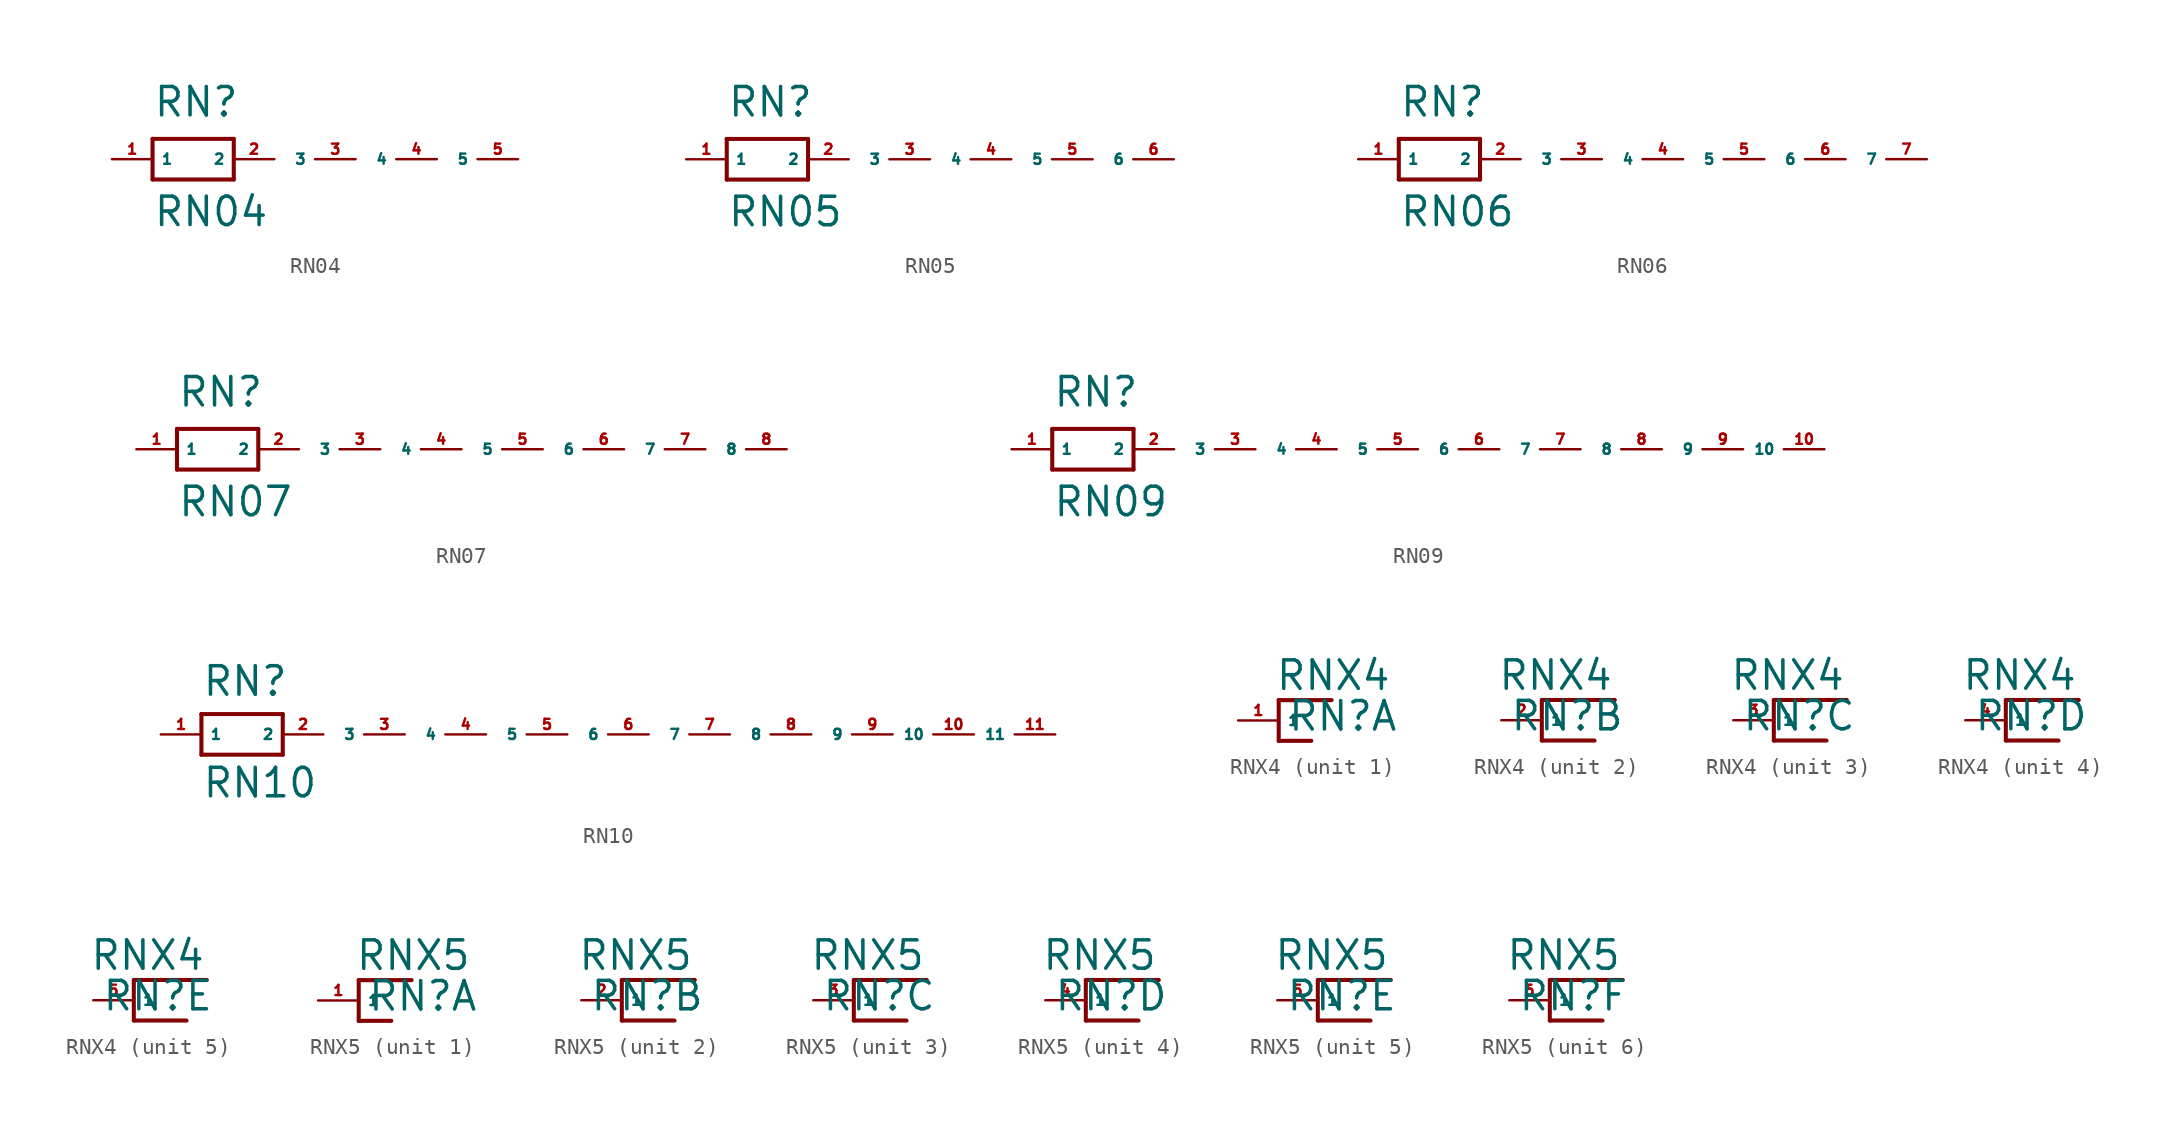
<source format=kicad_sym>
(kicad_symbol_lib
  (version 20220914)
  (generator Eagle2Kicad)
  (symbol "RN04"
    (property "Reference" "RN"
      (at -2.54 2.54 0)
      (effects (font (size 1.778 1.778) (thickness 0.22)) (justify left bottom)))
    (property "Value" "RN04"
      (at -2.54 -4.318 0)
      (effects (font (size 1.778 1.778) (thickness 0.22)) (justify left bottom)))
    (polyline
      (pts (xy -2.54 1.27) (xy -2.54 -1.27))
      (stroke (width 0.254) (type default))
      (fill (type none)))
    (polyline
      (pts (xy -2.54 -1.27) (xy 2.54 -1.27))
      (stroke (width 0.254) (type default))
      (fill (type none)))
    (polyline
      (pts (xy 2.54 -1.27) (xy 2.54 1.27))
      (stroke (width 0.254) (type default))
      (fill (type none)))
    (polyline
      (pts (xy 2.54 1.27) (xy -2.54 1.27))
      (stroke (width 0.254) (type default))
      (fill (type none)))
    (pin passive line
      (at -5.08 0 0)
      (length 2.54)
      (name "1" (effects (font (size 0.635 0.635) (thickness 0.08)) (justify left bottom)))
      (number "1" (effects (font (size 0.635 0.635) (thickness 0.08)) (justify left bottom))))
    (pin passive line
      (at 5.08 0 180)
      (length 2.54)
      (name "2" (effects (font (size 0.635 0.635) (thickness 0.08)) (justify left bottom)))
      (number "2" (effects (font (size 0.635 0.635) (thickness 0.08)) (justify left bottom))))
    (pin passive line
      (at 10.16 0 180)
      (length 2.54)
      (name "3" (effects (font (size 0.635 0.635) (thickness 0.08)) (justify left bottom)))
      (number "3" (effects (font (size 0.635 0.635) (thickness 0.08)) (justify left bottom))))
    (pin passive line
      (at 15.24 0 180)
      (length 2.54)
      (name "4" (effects (font (size 0.635 0.635) (thickness 0.08)) (justify left bottom)))
      (number "4" (effects (font (size 0.635 0.635) (thickness 0.08)) (justify left bottom))))
    (pin passive line
      (at 20.32 0 180)
      (length 2.54)
      (name "5" (effects (font (size 0.635 0.635) (thickness 0.08)) (justify left bottom)))
      (number "5" (effects (font (size 0.635 0.635) (thickness 0.08)) (justify left bottom)))))
  (symbol "RN05"
    (property "Reference" "RN"
      (at -2.54 2.54 0)
      (effects (font (size 1.778 1.778) (thickness 0.22)) (justify left bottom)))
    (property "Value" "RN05"
      (at -2.54 -4.318 0)
      (effects (font (size 1.778 1.778) (thickness 0.22)) (justify left bottom)))
    (polyline
      (pts (xy -2.54 1.27) (xy -2.54 -1.27))
      (stroke (width 0.254) (type default))
      (fill (type none)))
    (polyline
      (pts (xy -2.54 -1.27) (xy 2.54 -1.27))
      (stroke (width 0.254) (type default))
      (fill (type none)))
    (polyline
      (pts (xy 2.54 -1.27) (xy 2.54 1.27))
      (stroke (width 0.254) (type default))
      (fill (type none)))
    (polyline
      (pts (xy 2.54 1.27) (xy -2.54 1.27))
      (stroke (width 0.254) (type default))
      (fill (type none)))
    (pin passive line
      (at -5.08 0 0)
      (length 2.54)
      (name "1" (effects (font (size 0.635 0.635) (thickness 0.08)) (justify left bottom)))
      (number "1" (effects (font (size 0.635 0.635) (thickness 0.08)) (justify left bottom))))
    (pin passive line
      (at 5.08 0 180)
      (length 2.54)
      (name "2" (effects (font (size 0.635 0.635) (thickness 0.08)) (justify left bottom)))
      (number "2" (effects (font (size 0.635 0.635) (thickness 0.08)) (justify left bottom))))
    (pin passive line
      (at 10.16 0 180)
      (length 2.54)
      (name "3" (effects (font (size 0.635 0.635) (thickness 0.08)) (justify left bottom)))
      (number "3" (effects (font (size 0.635 0.635) (thickness 0.08)) (justify left bottom))))
    (pin passive line
      (at 15.24 0 180)
      (length 2.54)
      (name "4" (effects (font (size 0.635 0.635) (thickness 0.08)) (justify left bottom)))
      (number "4" (effects (font (size 0.635 0.635) (thickness 0.08)) (justify left bottom))))
    (pin passive line
      (at 20.32 0 180)
      (length 2.54)
      (name "5" (effects (font (size 0.635 0.635) (thickness 0.08)) (justify left bottom)))
      (number "5" (effects (font (size 0.635 0.635) (thickness 0.08)) (justify left bottom))))
    (pin passive line
      (at 25.4 0 180)
      (length 2.54)
      (name "6" (effects (font (size 0.635 0.635) (thickness 0.08)) (justify left bottom)))
      (number "6" (effects (font (size 0.635 0.635) (thickness 0.08)) (justify left bottom)))))
  (symbol "RN06"
    (property "Reference" "RN"
      (at -2.54 2.54 0)
      (effects (font (size 1.778 1.778) (thickness 0.22)) (justify left bottom)))
    (property "Value" "RN06"
      (at -2.54 -4.318 0)
      (effects (font (size 1.778 1.778) (thickness 0.22)) (justify left bottom)))
    (polyline
      (pts (xy -2.54 1.27) (xy -2.54 -1.27))
      (stroke (width 0.254) (type default))
      (fill (type none)))
    (polyline
      (pts (xy -2.54 -1.27) (xy 2.54 -1.27))
      (stroke (width 0.254) (type default))
      (fill (type none)))
    (polyline
      (pts (xy 2.54 -1.27) (xy 2.54 1.27))
      (stroke (width 0.254) (type default))
      (fill (type none)))
    (polyline
      (pts (xy 2.54 1.27) (xy -2.54 1.27))
      (stroke (width 0.254) (type default))
      (fill (type none)))
    (pin passive line
      (at -5.08 0 0)
      (length 2.54)
      (name "1" (effects (font (size 0.635 0.635) (thickness 0.08)) (justify left bottom)))
      (number "1" (effects (font (size 0.635 0.635) (thickness 0.08)) (justify left bottom))))
    (pin passive line
      (at 5.08 0 180)
      (length 2.54)
      (name "2" (effects (font (size 0.635 0.635) (thickness 0.08)) (justify left bottom)))
      (number "2" (effects (font (size 0.635 0.635) (thickness 0.08)) (justify left bottom))))
    (pin passive line
      (at 10.16 0 180)
      (length 2.54)
      (name "3" (effects (font (size 0.635 0.635) (thickness 0.08)) (justify left bottom)))
      (number "3" (effects (font (size 0.635 0.635) (thickness 0.08)) (justify left bottom))))
    (pin passive line
      (at 15.24 0 180)
      (length 2.54)
      (name "4" (effects (font (size 0.635 0.635) (thickness 0.08)) (justify left bottom)))
      (number "4" (effects (font (size 0.635 0.635) (thickness 0.08)) (justify left bottom))))
    (pin passive line
      (at 20.32 0 180)
      (length 2.54)
      (name "5" (effects (font (size 0.635 0.635) (thickness 0.08)) (justify left bottom)))
      (number "5" (effects (font (size 0.635 0.635) (thickness 0.08)) (justify left bottom))))
    (pin passive line
      (at 25.4 0 180)
      (length 2.54)
      (name "6" (effects (font (size 0.635 0.635) (thickness 0.08)) (justify left bottom)))
      (number "6" (effects (font (size 0.635 0.635) (thickness 0.08)) (justify left bottom))))
    (pin passive line
      (at 30.48 0 180)
      (length 2.54)
      (name "7" (effects (font (size 0.635 0.635) (thickness 0.08)) (justify left bottom)))
      (number "7" (effects (font (size 0.635 0.635) (thickness 0.08)) (justify left bottom)))))
  (symbol "RN07"
    (property "Reference" "RN"
      (at -2.54 2.54 0)
      (effects (font (size 1.778 1.778) (thickness 0.22)) (justify left bottom)))
    (property "Value" "RN07"
      (at -2.54 -4.318 0)
      (effects (font (size 1.778 1.778) (thickness 0.22)) (justify left bottom)))
    (polyline
      (pts (xy -2.54 1.27) (xy -2.54 -1.27))
      (stroke (width 0.254) (type default))
      (fill (type none)))
    (polyline
      (pts (xy -2.54 -1.27) (xy 2.54 -1.27))
      (stroke (width 0.254) (type default))
      (fill (type none)))
    (polyline
      (pts (xy 2.54 -1.27) (xy 2.54 1.27))
      (stroke (width 0.254) (type default))
      (fill (type none)))
    (polyline
      (pts (xy 2.54 1.27) (xy -2.54 1.27))
      (stroke (width 0.254) (type default))
      (fill (type none)))
    (pin passive line
      (at -5.08 0 0)
      (length 2.54)
      (name "1" (effects (font (size 0.635 0.635) (thickness 0.08)) (justify left bottom)))
      (number "1" (effects (font (size 0.635 0.635) (thickness 0.08)) (justify left bottom))))
    (pin passive line
      (at 5.08 0 180)
      (length 2.54)
      (name "2" (effects (font (size 0.635 0.635) (thickness 0.08)) (justify left bottom)))
      (number "2" (effects (font (size 0.635 0.635) (thickness 0.08)) (justify left bottom))))
    (pin passive line
      (at 10.16 0 180)
      (length 2.54)
      (name "3" (effects (font (size 0.635 0.635) (thickness 0.08)) (justify left bottom)))
      (number "3" (effects (font (size 0.635 0.635) (thickness 0.08)) (justify left bottom))))
    (pin passive line
      (at 15.24 0 180)
      (length 2.54)
      (name "4" (effects (font (size 0.635 0.635) (thickness 0.08)) (justify left bottom)))
      (number "4" (effects (font (size 0.635 0.635) (thickness 0.08)) (justify left bottom))))
    (pin passive line
      (at 20.32 0 180)
      (length 2.54)
      (name "5" (effects (font (size 0.635 0.635) (thickness 0.08)) (justify left bottom)))
      (number "5" (effects (font (size 0.635 0.635) (thickness 0.08)) (justify left bottom))))
    (pin passive line
      (at 25.4 0 180)
      (length 2.54)
      (name "6" (effects (font (size 0.635 0.635) (thickness 0.08)) (justify left bottom)))
      (number "6" (effects (font (size 0.635 0.635) (thickness 0.08)) (justify left bottom))))
    (pin passive line
      (at 30.48 0 180)
      (length 2.54)
      (name "7" (effects (font (size 0.635 0.635) (thickness 0.08)) (justify left bottom)))
      (number "7" (effects (font (size 0.635 0.635) (thickness 0.08)) (justify left bottom))))
    (pin passive line
      (at 35.56 0 180)
      (length 2.54)
      (name "8" (effects (font (size 0.635 0.635) (thickness 0.08)) (justify left bottom)))
      (number "8" (effects (font (size 0.635 0.635) (thickness 0.08)) (justify left bottom)))))
  (symbol "RN09"
    (property "Reference" "RN"
      (at -2.54 2.54 0)
      (effects (font (size 1.778 1.778) (thickness 0.22)) (justify left bottom)))
    (property "Value" "RN09"
      (at -2.54 -4.318 0)
      (effects (font (size 1.778 1.778) (thickness 0.22)) (justify left bottom)))
    (polyline
      (pts (xy -2.54 1.27) (xy -2.54 -1.27))
      (stroke (width 0.254) (type default))
      (fill (type none)))
    (polyline
      (pts (xy -2.54 -1.27) (xy 2.54 -1.27))
      (stroke (width 0.254) (type default))
      (fill (type none)))
    (polyline
      (pts (xy 2.54 -1.27) (xy 2.54 1.27))
      (stroke (width 0.254) (type default))
      (fill (type none)))
    (polyline
      (pts (xy 2.54 1.27) (xy -2.54 1.27))
      (stroke (width 0.254) (type default))
      (fill (type none)))
    (pin passive line
      (at -5.08 0 0)
      (length 2.54)
      (name "1" (effects (font (size 0.635 0.635) (thickness 0.08)) (justify left bottom)))
      (number "1" (effects (font (size 0.635 0.635) (thickness 0.08)) (justify left bottom))))
    (pin passive line
      (at 5.08 0 180)
      (length 2.54)
      (name "2" (effects (font (size 0.635 0.635) (thickness 0.08)) (justify left bottom)))
      (number "2" (effects (font (size 0.635 0.635) (thickness 0.08)) (justify left bottom))))
    (pin passive line
      (at 10.16 0 180)
      (length 2.54)
      (name "3" (effects (font (size 0.635 0.635) (thickness 0.08)) (justify left bottom)))
      (number "3" (effects (font (size 0.635 0.635) (thickness 0.08)) (justify left bottom))))
    (pin passive line
      (at 15.24 0 180)
      (length 2.54)
      (name "4" (effects (font (size 0.635 0.635) (thickness 0.08)) (justify left bottom)))
      (number "4" (effects (font (size 0.635 0.635) (thickness 0.08)) (justify left bottom))))
    (pin passive line
      (at 20.32 0 180)
      (length 2.54)
      (name "5" (effects (font (size 0.635 0.635) (thickness 0.08)) (justify left bottom)))
      (number "5" (effects (font (size 0.635 0.635) (thickness 0.08)) (justify left bottom))))
    (pin passive line
      (at 25.4 0 180)
      (length 2.54)
      (name "6" (effects (font (size 0.635 0.635) (thickness 0.08)) (justify left bottom)))
      (number "6" (effects (font (size 0.635 0.635) (thickness 0.08)) (justify left bottom))))
    (pin passive line
      (at 30.48 0 180)
      (length 2.54)
      (name "7" (effects (font (size 0.635 0.635) (thickness 0.08)) (justify left bottom)))
      (number "7" (effects (font (size 0.635 0.635) (thickness 0.08)) (justify left bottom))))
    (pin passive line
      (at 35.56 0 180)
      (length 2.54)
      (name "8" (effects (font (size 0.635 0.635) (thickness 0.08)) (justify left bottom)))
      (number "8" (effects (font (size 0.635 0.635) (thickness 0.08)) (justify left bottom))))
    (pin passive line
      (at 40.64 0 180)
      (length 2.54)
      (name "9" (effects (font (size 0.635 0.635) (thickness 0.08)) (justify left bottom)))
      (number "9" (effects (font (size 0.635 0.635) (thickness 0.08)) (justify left bottom))))
    (pin passive line
      (at 45.72 0 180)
      (length 2.54)
      (name "10" (effects (font (size 0.635 0.635) (thickness 0.08)) (justify left bottom)))
      (number "10" (effects (font (size 0.635 0.635) (thickness 0.08)) (justify left bottom)))))
  (symbol "RN10"
    (property "Reference" "RN"
      (at -2.54 2.286 0)
      (effects (font (size 1.778 1.778) (thickness 0.22)) (justify left bottom)))
    (property "Value" "RN10"
      (at -2.54 -4.064 0)
      (effects (font (size 1.778 1.778) (thickness 0.22)) (justify left bottom)))
    (polyline
      (pts (xy -2.54 1.27) (xy 2.54 1.27))
      (stroke (width 0.254) (type default))
      (fill (type none)))
    (polyline
      (pts (xy 2.54 -1.27) (xy 2.54 1.27))
      (stroke (width 0.254) (type default))
      (fill (type none)))
    (polyline
      (pts (xy 2.54 -1.27) (xy -2.54 -1.27))
      (stroke (width 0.254) (type default))
      (fill (type none)))
    (polyline
      (pts (xy -2.54 1.27) (xy -2.54 -1.27))
      (stroke (width 0.254) (type default))
      (fill (type none)))
    (pin passive line
      (at -5.08 0 0)
      (length 2.54)
      (name "1" (effects (font (size 0.635 0.635) (thickness 0.08)) (justify left bottom)))
      (number "1" (effects (font (size 0.635 0.635) (thickness 0.08)) (justify left bottom))))
    (pin passive line
      (at 5.08 0 180)
      (length 2.54)
      (name "2" (effects (font (size 0.635 0.635) (thickness 0.08)) (justify left bottom)))
      (number "2" (effects (font (size 0.635 0.635) (thickness 0.08)) (justify left bottom))))
    (pin passive line
      (at 10.16 0 180)
      (length 2.54)
      (name "3" (effects (font (size 0.635 0.635) (thickness 0.08)) (justify left bottom)))
      (number "3" (effects (font (size 0.635 0.635) (thickness 0.08)) (justify left bottom))))
    (pin passive line
      (at 15.24 0 180)
      (length 2.54)
      (name "4" (effects (font (size 0.635 0.635) (thickness 0.08)) (justify left bottom)))
      (number "4" (effects (font (size 0.635 0.635) (thickness 0.08)) (justify left bottom))))
    (pin passive line
      (at 20.32 0 180)
      (length 2.54)
      (name "5" (effects (font (size 0.635 0.635) (thickness 0.08)) (justify left bottom)))
      (number "5" (effects (font (size 0.635 0.635) (thickness 0.08)) (justify left bottom))))
    (pin passive line
      (at 25.4 0 180)
      (length 2.54)
      (name "6" (effects (font (size 0.635 0.635) (thickness 0.08)) (justify left bottom)))
      (number "6" (effects (font (size 0.635 0.635) (thickness 0.08)) (justify left bottom))))
    (pin passive line
      (at 30.48 0 180)
      (length 2.54)
      (name "7" (effects (font (size 0.635 0.635) (thickness 0.08)) (justify left bottom)))
      (number "7" (effects (font (size 0.635 0.635) (thickness 0.08)) (justify left bottom))))
    (pin passive line
      (at 35.56 0 180)
      (length 2.54)
      (name "8" (effects (font (size 0.635 0.635) (thickness 0.08)) (justify left bottom)))
      (number "8" (effects (font (size 0.635 0.635) (thickness 0.08)) (justify left bottom))))
    (pin passive line
      (at 40.64 0 180)
      (length 2.54)
      (name "9" (effects (font (size 0.635 0.635) (thickness 0.08)) (justify left bottom)))
      (number "9" (effects (font (size 0.635 0.635) (thickness 0.08)) (justify left bottom))))
    (pin passive line
      (at 45.72 0 180)
      (length 2.54)
      (name "10" (effects (font (size 0.635 0.635) (thickness 0.08)) (justify left bottom)))
      (number "10" (effects (font (size 0.635 0.635) (thickness 0.08)) (justify left bottom))))
    (pin passive line
      (at 50.8 0 180)
      (length 2.54)
      (name "11" (effects (font (size 0.635 0.635) (thickness 0.08)) (justify left bottom)))
      (number "11" (effects (font (size 0.635 0.635) (thickness 0.08)) (justify left bottom)))))
  (symbol "RNX4"
    (property "Reference" "RN"
      (at -2.032 -0.762 0)
      (effects (font (size 1.778 1.778) (thickness 0.22)) (justify left bottom)))
    (property "Value" "RNX4"
      (at -2.794 1.778 0)
      (effects (font (size 1.778 1.778) (thickness 0.22)) (justify left bottom)))
    (symbol "RNX4_1_0"
      (polyline (pts (xy -2.54 1.27) (xy -2.54 -1.27)) (stroke (width 0.254) (type default)) (fill (type none)))
      (polyline (pts (xy -2.54 -1.27) (xy -0.508 -1.27)) (stroke (width 0.254) (type default)) (fill (type none)))
      (polyline (pts (xy 0.762 1.27) (xy -2.54 1.27)) (stroke (width 0.254) (type default)) (fill (type none)))
      (pin passive line (at -5.08 0 0) (length 2.54) (name "1" (effects (font (size 0.635 0.635) (thickness 0.08)) (justify left bottom))) (number "1" (effects (font (size 0.635 0.635) (thickness 0.08)) (justify left bottom)))))
    (symbol "RNX4_2_0"
      (polyline (pts (xy 0 1.27) (xy 0 -1.27)) (stroke (width 0.254) (type default)) (fill (type none)))
      (polyline (pts (xy 0 -1.27) (xy 3.302 -1.27)) (stroke (width 0.254) (type default)) (fill (type none)))
      (polyline (pts (xy 4.572 1.27) (xy 0 1.27)) (stroke (width 0.254) (type default)) (fill (type none)))
      (pin passive line (at -2.54 0 0) (length 2.54) (name "1" (effects (font (size 0.635 0.635) (thickness 0.08)) (justify left bottom))) (number "2" (effects (font (size 0.635 0.635) (thickness 0.08)) (justify left bottom)))))
    (symbol "RNX4_3_0"
      (polyline (pts (xy 0 1.27) (xy 0 -1.27)) (stroke (width 0.254) (type default)) (fill (type none)))
      (polyline (pts (xy 0 -1.27) (xy 3.302 -1.27)) (stroke (width 0.254) (type default)) (fill (type none)))
      (polyline (pts (xy 4.572 1.27) (xy 0 1.27)) (stroke (width 0.254) (type default)) (fill (type none)))
      (pin passive line (at -2.54 0 0) (length 2.54) (name "1" (effects (font (size 0.635 0.635) (thickness 0.08)) (justify left bottom))) (number "3" (effects (font (size 0.635 0.635) (thickness 0.08)) (justify left bottom)))))
    (symbol "RNX4_4_0"
      (polyline (pts (xy 0 1.27) (xy 0 -1.27)) (stroke (width 0.254) (type default)) (fill (type none)))
      (polyline (pts (xy 0 -1.27) (xy 3.302 -1.27)) (stroke (width 0.254) (type default)) (fill (type none)))
      (polyline (pts (xy 4.572 1.27) (xy 0 1.27)) (stroke (width 0.254) (type default)) (fill (type none)))
      (pin passive line (at -2.54 0 0) (length 2.54) (name "1" (effects (font (size 0.635 0.635) (thickness 0.08)) (justify left bottom))) (number "4" (effects (font (size 0.635 0.635) (thickness 0.08)) (justify left bottom)))))
    (symbol "RNX4_5_0"
      (polyline (pts (xy 0 1.27) (xy 0 -1.27)) (stroke (width 0.254) (type default)) (fill (type none)))
      (polyline (pts (xy 0 -1.27) (xy 3.302 -1.27)) (stroke (width 0.254) (type default)) (fill (type none)))
      (polyline (pts (xy 4.572 1.27) (xy 0 1.27)) (stroke (width 0.254) (type default)) (fill (type none)))
      (pin passive line (at -2.54 0 0) (length 2.54) (name "1" (effects (font (size 0.635 0.635) (thickness 0.08)) (justify left bottom))) (number "5" (effects (font (size 0.635 0.635) (thickness 0.08)) (justify left bottom))))))
  (symbol "RNX5"
    (property "Reference" "RN"
      (at -2.032 -0.762 0)
      (effects (font (size 1.778 1.778) (thickness 0.22)) (justify left bottom)))
    (property "Value" "RNX5"
      (at -2.794 1.778 0)
      (effects (font (size 1.778 1.778) (thickness 0.22)) (justify left bottom)))
    (symbol "RNX5_1_0"
      (polyline (pts (xy -2.54 1.27) (xy -2.54 -1.27)) (stroke (width 0.254) (type default)) (fill (type none)))
      (polyline (pts (xy -2.54 -1.27) (xy -0.508 -1.27)) (stroke (width 0.254) (type default)) (fill (type none)))
      (polyline (pts (xy 0.762 1.27) (xy -2.54 1.27)) (stroke (width 0.254) (type default)) (fill (type none)))
      (pin passive line (at -5.08 0 0) (length 2.54) (name "1" (effects (font (size 0.635 0.635) (thickness 0.08)) (justify left bottom))) (number "1" (effects (font (size 0.635 0.635) (thickness 0.08)) (justify left bottom)))))
    (symbol "RNX5_2_0"
      (polyline (pts (xy 0 1.27) (xy 0 -1.27)) (stroke (width 0.254) (type default)) (fill (type none)))
      (polyline (pts (xy 0 -1.27) (xy 3.302 -1.27)) (stroke (width 0.254) (type default)) (fill (type none)))
      (polyline (pts (xy 4.572 1.27) (xy 0 1.27)) (stroke (width 0.254) (type default)) (fill (type none)))
      (pin passive line (at -2.54 0 0) (length 2.54) (name "1" (effects (font (size 0.635 0.635) (thickness 0.08)) (justify left bottom))) (number "2" (effects (font (size 0.635 0.635) (thickness 0.08)) (justify left bottom)))))
    (symbol "RNX5_3_0"
      (polyline (pts (xy 0 1.27) (xy 0 -1.27)) (stroke (width 0.254) (type default)) (fill (type none)))
      (polyline (pts (xy 0 -1.27) (xy 3.302 -1.27)) (stroke (width 0.254) (type default)) (fill (type none)))
      (polyline (pts (xy 4.572 1.27) (xy 0 1.27)) (stroke (width 0.254) (type default)) (fill (type none)))
      (pin passive line (at -2.54 0 0) (length 2.54) (name "1" (effects (font (size 0.635 0.635) (thickness 0.08)) (justify left bottom))) (number "3" (effects (font (size 0.635 0.635) (thickness 0.08)) (justify left bottom)))))
    (symbol "RNX5_4_0"
      (polyline (pts (xy 0 1.27) (xy 0 -1.27)) (stroke (width 0.254) (type default)) (fill (type none)))
      (polyline (pts (xy 0 -1.27) (xy 3.302 -1.27)) (stroke (width 0.254) (type default)) (fill (type none)))
      (polyline (pts (xy 4.572 1.27) (xy 0 1.27)) (stroke (width 0.254) (type default)) (fill (type none)))
      (pin passive line (at -2.54 0 0) (length 2.54) (name "1" (effects (font (size 0.635 0.635) (thickness 0.08)) (justify left bottom))) (number "4" (effects (font (size 0.635 0.635) (thickness 0.08)) (justify left bottom)))))
    (symbol "RNX5_5_0"
      (polyline (pts (xy 0 1.27) (xy 0 -1.27)) (stroke (width 0.254) (type default)) (fill (type none)))
      (polyline (pts (xy 0 -1.27) (xy 3.302 -1.27)) (stroke (width 0.254) (type default)) (fill (type none)))
      (polyline (pts (xy 4.572 1.27) (xy 0 1.27)) (stroke (width 0.254) (type default)) (fill (type none)))
      (pin passive line (at -2.54 0 0) (length 2.54) (name "1" (effects (font (size 0.635 0.635) (thickness 0.08)) (justify left bottom))) (number "5" (effects (font (size 0.635 0.635) (thickness 0.08)) (justify left bottom)))))
    (symbol "RNX5_6_0"
      (polyline (pts (xy 0 1.27) (xy 0 -1.27)) (stroke (width 0.254) (type default)) (fill (type none)))
      (polyline (pts (xy 0 -1.27) (xy 3.302 -1.27)) (stroke (width 0.254) (type default)) (fill (type none)))
      (polyline (pts (xy 4.572 1.27) (xy 0 1.27)) (stroke (width 0.254) (type default)) (fill (type none)))
      (pin passive line (at -2.54 0 0) (length 2.54) (name "1" (effects (font (size 0.635 0.635) (thickness 0.08)) (justify left bottom))) (number "6" (effects (font (size 0.635 0.635) (thickness 0.08)) (justify left bottom)))))))
</source>
